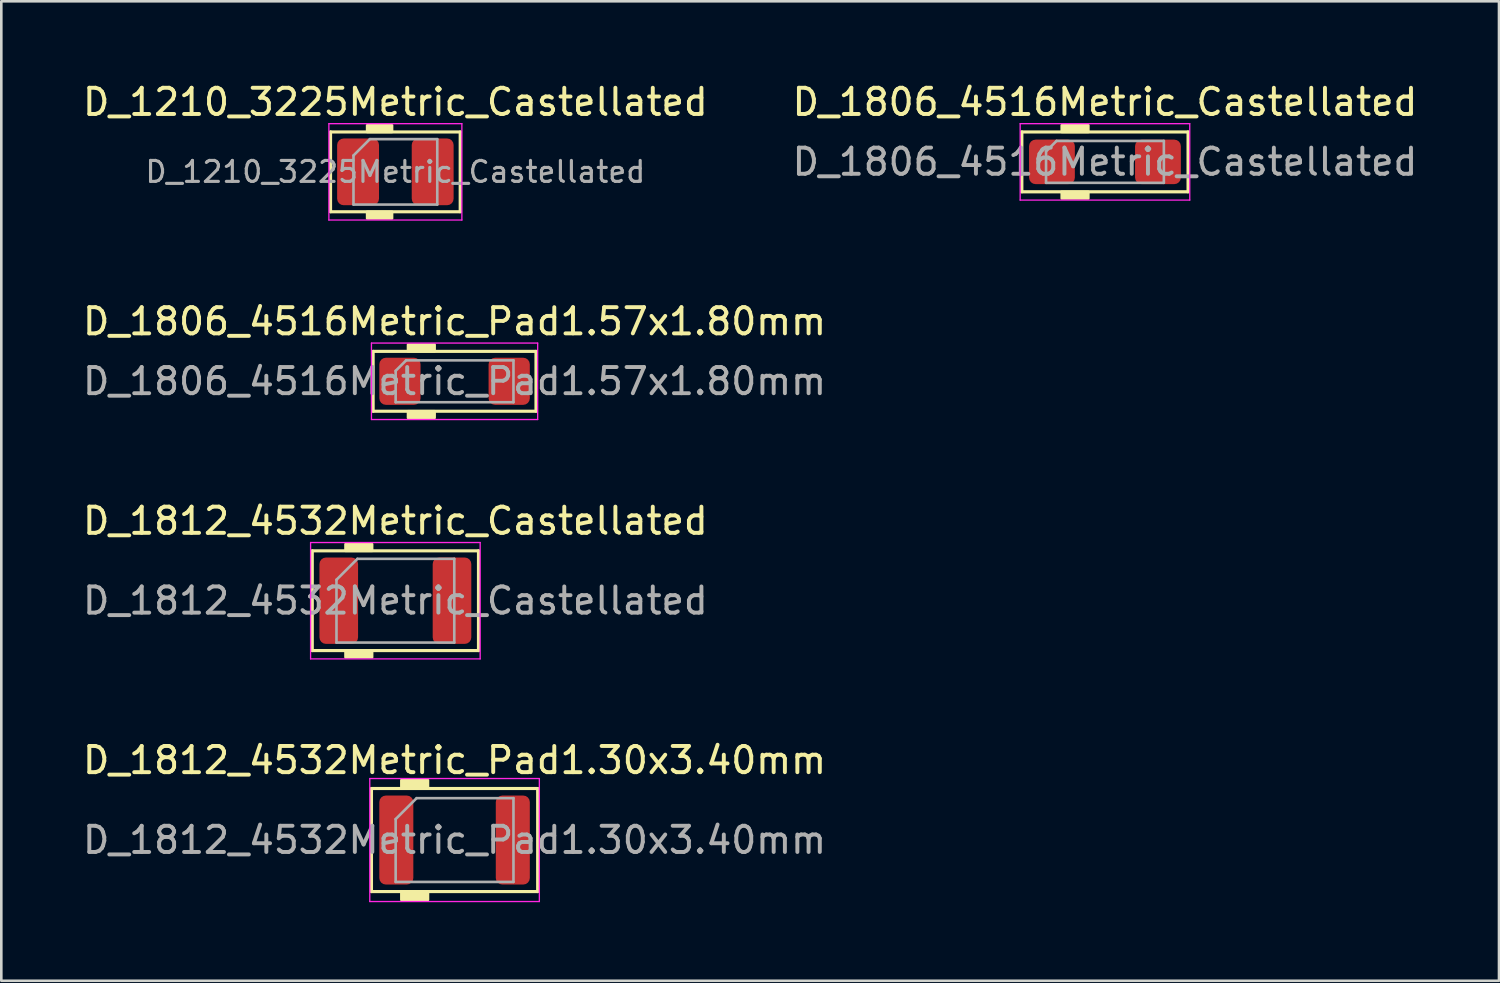
<source format=kicad_pcb>
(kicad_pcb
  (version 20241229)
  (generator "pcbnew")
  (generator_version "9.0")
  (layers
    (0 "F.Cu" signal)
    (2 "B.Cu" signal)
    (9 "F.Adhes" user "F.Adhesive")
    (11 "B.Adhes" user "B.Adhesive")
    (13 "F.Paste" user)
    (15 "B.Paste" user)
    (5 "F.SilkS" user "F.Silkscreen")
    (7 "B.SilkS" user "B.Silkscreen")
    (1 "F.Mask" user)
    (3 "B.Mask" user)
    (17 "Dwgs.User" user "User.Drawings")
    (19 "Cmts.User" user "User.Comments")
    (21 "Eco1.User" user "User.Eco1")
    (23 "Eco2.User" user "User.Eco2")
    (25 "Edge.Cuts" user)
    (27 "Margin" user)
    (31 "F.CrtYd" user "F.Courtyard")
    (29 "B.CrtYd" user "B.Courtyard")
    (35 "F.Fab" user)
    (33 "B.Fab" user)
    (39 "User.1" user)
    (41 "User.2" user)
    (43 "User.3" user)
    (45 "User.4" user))
  (footprint "D_1806_4516Metric_Pad1.57x1.80mm"
    (layer "F.Cu")
    (at 14.315 11.516)
    (property "Reference" "D_1806_4516Metric_Pad1.57x1.80mm" (at 0 -2.286 0) (layer "F.SilkS") (effects (font (size 1 1) (thickness 0.15))))
    (attr smd)
    (fp_line (start -3.111 -1.143) (end -3.111 1.143) (stroke (width 0.12) (type solid)) (layer "F.SilkS"))
    (fp_line (start -3.111 1.143) (end 3.111 1.143) (stroke (width 0.12) (type solid)) (layer "F.SilkS"))
    (fp_line (start 3.111 -1.143) (end -3.111 -1.143) (stroke (width 0.12) (type solid)) (layer "F.SilkS"))
    (fp_line (start 3.111 1.143) (end 3.111 -1.143) (stroke (width 0.12) (type solid)) (layer "F.SilkS"))
    (fp_poly (pts (xy -0.762 -1.143) (xy -1.778 -1.143) (xy -1.778 -1.397) (xy -0.762 -1.397)) (stroke (width 0.1) (type solid)) (fill yes) (layer "F.SilkS"))
    (fp_poly (pts (xy -0.762 1.397) (xy -1.778 1.397) (xy -1.778 1.143) (xy -0.762 1.143)) (stroke (width 0.1) (type solid)) (fill yes) (layer "F.SilkS"))
    (fp_line (start -3.175 -1.46) (end 3.175 -1.46) (stroke (width 0.05) (type solid)) (layer "F.CrtYd"))
    (fp_line (start -3.175 1.46) (end -3.175 -1.46) (stroke (width 0.05) (type solid)) (layer "F.CrtYd"))
    (fp_line (start 3.175 -1.46) (end 3.175 1.46) (stroke (width 0.05) (type solid)) (layer "F.CrtYd"))
    (fp_line (start 3.175 1.46) (end -3.175 1.46) (stroke (width 0.05) (type solid)) (layer "F.CrtYd"))
    (fp_line (start -2.25 -0.4) (end -2.25 0.8) (stroke (width 0.1) (type solid)) (layer "F.Fab"))
    (fp_line (start -2.25 0.8) (end 2.25 0.8) (stroke (width 0.1) (type solid)) (layer "F.Fab"))
    (fp_line (start -1.85 -0.8) (end -2.25 -0.4) (stroke (width 0.1) (type solid)) (layer "F.Fab"))
    (fp_line (start 2.25 -0.8) (end -1.85 -0.8) (stroke (width 0.1) (type solid)) (layer "F.Fab"))
    (fp_line (start 2.25 0.8) (end 2.25 -0.8) (stroke (width 0.1) (type solid)) (layer "F.Fab"))
    (fp_text user "${REFERENCE}" (at 0 0 0) (layer "F.Fab") (effects (font (size 1 1) (thickness 0.15))))
    (pad "1" smd roundrect (at -2.087 0) (size 1.575 1.8) (layers "F.Cu" "F.Mask" "F.Paste") (roundrect_rratio 0.159))
    (pad "2" smd roundrect (at 2.087 0) (size 1.575 1.8) (layers "F.Cu" "F.Mask" "F.Paste") (roundrect_rratio 0.159)))
  (footprint "D_1210_3225Metric_Castellated"
    (layer "F.Cu")
    (at 12.054 3.515)
    (property "Reference" "D_1210_3225Metric_Castellated" (at 0 -2.667 0) (layer "F.SilkS") (effects (font (size 1 1) (thickness 0.15))))
    (attr smd)
    (fp_line (start -2.477 -1.524) (end -2.477 1.524) (stroke (width 0.12) (type solid)) (layer "F.SilkS"))
    (fp_line (start -2.477 1.524) (end 2.477 1.524) (stroke (width 0.12) (type solid)) (layer "F.SilkS"))
    (fp_line (start 2.477 -1.524) (end -2.477 -1.524) (stroke (width 0.12) (type solid)) (layer "F.SilkS"))
    (fp_line (start 2.477 1.524) (end 2.477 -1.524) (stroke (width 0.12) (type solid)) (layer "F.SilkS"))
    (fp_poly (pts (xy -0.127 -1.524) (xy -1.079 -1.524) (xy -1.079 -1.778) (xy -0.127 -1.778)) (stroke (width 0.1) (type solid)) (fill yes) (layer "F.SilkS"))
    (fp_poly (pts (xy -0.127 1.778) (xy -1.079 1.778) (xy -1.079 1.524) (xy -0.127 1.524)) (stroke (width 0.1) (type solid)) (fill yes) (layer "F.SilkS"))
    (fp_line (start -2.54 -1.841) (end 2.54 -1.841) (stroke (width 0.05) (type solid)) (layer "F.CrtYd"))
    (fp_line (start -2.54 1.841) (end -2.54 -1.841) (stroke (width 0.05) (type solid)) (layer "F.CrtYd"))
    (fp_line (start 2.54 -1.841) (end 2.54 1.841) (stroke (width 0.05) (type solid)) (layer "F.CrtYd"))
    (fp_line (start 2.54 1.841) (end -2.54 1.841) (stroke (width 0.05) (type solid)) (layer "F.CrtYd"))
    (fp_line (start -1.6 -0.625) (end -1.6 1.25) (stroke (width 0.1) (type solid)) (layer "F.Fab"))
    (fp_line (start -1.6 1.25) (end 1.6 1.25) (stroke (width 0.1) (type solid)) (layer "F.Fab"))
    (fp_line (start -0.975 -1.25) (end -1.6 -0.625) (stroke (width 0.1) (type solid)) (layer "F.Fab"))
    (fp_line (start 1.6 -1.25) (end -0.975 -1.25) (stroke (width 0.1) (type solid)) (layer "F.Fab"))
    (fp_line (start 1.6 1.25) (end 1.6 -1.25) (stroke (width 0.1) (type solid)) (layer "F.Fab"))
    (fp_text user "${REFERENCE}" (at 0 0 0) (layer "F.Fab") (effects (font (size 0.8 0.8) (thickness 0.12))))
    (pad "1" smd roundrect (at -1.425 0) (size 1.6 2.55) (layers "F.Cu" "F.Mask" "F.Paste") (roundrect_rratio 0.156))
    (pad "2" smd roundrect (at 1.425 0) (size 1.6 2.55) (layers "F.Cu" "F.Mask" "F.Paste") (roundrect_rratio 0.156)))
  (footprint "D_1806_4516Metric_Castellated"
    (layer "F.Cu")
    (at 39.161 3.134)
    (property "Reference" "D_1806_4516Metric_Castellated" (at 0 -2.286 0) (layer "F.SilkS") (effects (font (size 1 1) (thickness 0.15))))
    (attr smd)
    (fp_line (start -3.175 -1.143) (end 3.175 -1.143) (stroke (width 0.12) (type solid)) (layer "F.SilkS"))
    (fp_line (start -3.175 1.143) (end -3.175 -1.143) (stroke (width 0.12) (type solid)) (layer "F.SilkS"))
    (fp_line (start 3.175 -1.143) (end 3.175 1.143) (stroke (width 0.12) (type solid)) (layer "F.SilkS"))
    (fp_line (start 3.175 1.143) (end -3.175 1.143) (stroke (width 0.12) (type solid)) (layer "F.SilkS"))
    (fp_poly (pts (xy -0.635 -1.143) (xy -1.651 -1.143) (xy -1.651 -1.397) (xy -0.635 -1.397)) (stroke (width 0.1) (type solid)) (fill yes) (layer "F.SilkS"))
    (fp_poly (pts (xy -0.635 1.397) (xy -1.651 1.397) (xy -1.651 1.143) (xy -0.635 1.143)) (stroke (width 0.1) (type solid)) (fill yes) (layer "F.SilkS"))
    (fp_line (start -3.239 -1.46) (end 3.239 -1.46) (stroke (width 0.05) (type solid)) (layer "F.CrtYd"))
    (fp_line (start -3.239 1.46) (end -3.239 -1.46) (stroke (width 0.05) (type solid)) (layer "F.CrtYd"))
    (fp_line (start 3.239 -1.46) (end 3.239 1.46) (stroke (width 0.05) (type solid)) (layer "F.CrtYd"))
    (fp_line (start 3.239 1.46) (end -3.239 1.46) (stroke (width 0.05) (type solid)) (layer "F.CrtYd"))
    (fp_line (start -2.25 -0.4) (end -2.25 0.8) (stroke (width 0.1) (type solid)) (layer "F.Fab"))
    (fp_line (start -2.25 0.8) (end 2.25 0.8) (stroke (width 0.1) (type solid)) (layer "F.Fab"))
    (fp_line (start -1.85 -0.8) (end -2.25 -0.4) (stroke (width 0.1) (type solid)) (layer "F.Fab"))
    (fp_line (start 2.25 -0.8) (end -1.85 -0.8) (stroke (width 0.1) (type solid)) (layer "F.Fab"))
    (fp_line (start 2.25 0.8) (end 2.25 -0.8) (stroke (width 0.1) (type solid)) (layer "F.Fab"))
    (fp_text user "${REFERENCE}" (at 0 0 0) (layer "F.Fab") (effects (font (size 1 1) (thickness 0.15))))
    (pad "1" smd roundrect (at -2.025 0) (size 1.75 1.7) (layers "F.Cu" "F.Mask" "F.Paste") (roundrect_rratio 0.147))
    (pad "2" smd roundrect (at 2.025 0) (size 1.75 1.7) (layers "F.Cu" "F.Mask" "F.Paste") (roundrect_rratio 0.147)))
  (footprint "D_1812_4532Metric_Castellated"
    (layer "F.Cu")
    (at 12.054 19.898)
    (property "Reference" "D_1812_4532Metric_Castellated" (at 0 -3.048 0) (layer "F.SilkS") (effects (font (size 1 1) (thickness 0.15))))
    (attr smd)
    (fp_line (start -3.175 -1.905) (end 3.175 -1.905) (stroke (width 0.12) (type solid)) (layer "F.SilkS"))
    (fp_line (start -3.175 1.905) (end -3.175 -1.905) (stroke (width 0.12) (type solid)) (layer "F.SilkS"))
    (fp_line (start 3.175 -1.905) (end 3.175 1.905) (stroke (width 0.12) (type solid)) (layer "F.SilkS"))
    (fp_line (start 3.175 1.905) (end -3.175 1.905) (stroke (width 0.12) (type solid)) (layer "F.SilkS"))
    (fp_poly (pts (xy -0.889 -1.905) (xy -1.905 -1.905) (xy -1.905 -2.159) (xy -0.889 -2.159)) (stroke (width 0.1) (type solid)) (fill yes) (layer "F.SilkS"))
    (fp_poly (pts (xy -0.889 2.159) (xy -1.905 2.159) (xy -1.905 1.905) (xy -0.889 1.905)) (stroke (width 0.1) (type solid)) (fill yes) (layer "F.SilkS"))
    (fp_line (start -3.239 -2.223) (end 3.239 -2.223) (stroke (width 0.05) (type solid)) (layer "F.CrtYd"))
    (fp_line (start -3.239 2.223) (end -3.239 -2.223) (stroke (width 0.05) (type solid)) (layer "F.CrtYd"))
    (fp_line (start 3.239 -2.223) (end 3.239 2.223) (stroke (width 0.05) (type solid)) (layer "F.CrtYd"))
    (fp_line (start 3.239 2.223) (end -3.239 2.223) (stroke (width 0.05) (type solid)) (layer "F.CrtYd"))
    (fp_line (start -2.25 -0.8) (end -2.25 1.6) (stroke (width 0.1) (type solid)) (layer "F.Fab"))
    (fp_line (start -2.25 1.6) (end 2.25 1.6) (stroke (width 0.1) (type solid)) (layer "F.Fab"))
    (fp_line (start -1.45 -1.6) (end -2.25 -0.8) (stroke (width 0.1) (type solid)) (layer "F.Fab"))
    (fp_line (start 2.25 -1.6) (end -1.45 -1.6) (stroke (width 0.1) (type solid)) (layer "F.Fab"))
    (fp_line (start 2.25 1.6) (end 2.25 -1.6) (stroke (width 0.1) (type solid)) (layer "F.Fab"))
    (fp_text user "${REFERENCE}" (at 0 0 0) (layer "F.Fab") (effects (font (size 1 1) (thickness 0.15))))
    (pad "1" smd roundrect (at -2.163 0) (size 1.475 3.3) (layers "F.Cu" "F.Mask" "F.Paste") (roundrect_rratio 0.169))
    (pad "2" smd roundrect (at 2.163 0) (size 1.475 3.3) (layers "F.Cu" "F.Mask" "F.Paste") (roundrect_rratio 0.169)))
  (footprint "D_1812_4532Metric_Pad1.30x3.40mm"
    (layer "F.Cu")
    (at 14.315 29.041)
    (property "Reference" "D_1812_4532Metric_Pad1.30x3.40mm" (at 0 -3.048 0) (layer "F.SilkS") (effects (font (size 1 1) (thickness 0.15))))
    (attr smd)
    (fp_line (start -3.175 -1.968) (end -3.175 1.968) (stroke (width 0.12) (type solid)) (layer "F.SilkS"))
    (fp_line (start -3.175 1.968) (end 3.175 1.968) (stroke (width 0.12) (type solid)) (layer "F.SilkS"))
    (fp_line (start 3.175 -1.968) (end -3.175 -1.968) (stroke (width 0.12) (type solid)) (layer "F.SilkS"))
    (fp_line (start 3.175 1.968) (end 3.175 -1.968) (stroke (width 0.12) (type solid)) (layer "F.SilkS"))
    (fp_poly (pts (xy -1.016 -1.968) (xy -2.032 -1.968) (xy -2.032 -2.286) (xy -1.016 -2.286)) (stroke (width 0.1) (type solid)) (fill yes) (layer "F.SilkS"))
    (fp_poly (pts (xy -1.016 2.286) (xy -2.032 2.286) (xy -2.032 1.968) (xy -1.016 1.968)) (stroke (width 0.1) (type solid)) (fill yes) (layer "F.SilkS"))
    (fp_line (start -3.239 -2.349) (end 3.239 -2.349) (stroke (width 0.05) (type solid)) (layer "F.CrtYd"))
    (fp_line (start -3.239 2.349) (end -3.239 -2.349) (stroke (width 0.05) (type solid)) (layer "F.CrtYd"))
    (fp_line (start 3.239 -2.349) (end 3.239 2.349) (stroke (width 0.05) (type solid)) (layer "F.CrtYd"))
    (fp_line (start 3.239 2.349) (end -3.239 2.349) (stroke (width 0.05) (type solid)) (layer "F.CrtYd"))
    (fp_line (start -2.25 -0.8) (end -2.25 1.6) (stroke (width 0.1) (type solid)) (layer "F.Fab"))
    (fp_line (start -2.25 1.6) (end 2.25 1.6) (stroke (width 0.1) (type solid)) (layer "F.Fab"))
    (fp_line (start -1.45 -1.6) (end -2.25 -0.8) (stroke (width 0.1) (type solid)) (layer "F.Fab"))
    (fp_line (start 2.25 -1.6) (end -1.45 -1.6) (stroke (width 0.1) (type solid)) (layer "F.Fab"))
    (fp_line (start 2.25 1.6) (end 2.25 -1.6) (stroke (width 0.1) (type solid)) (layer "F.Fab"))
    (fp_text user "${REFERENCE}" (at 0 0 0) (layer "F.Fab") (effects (font (size 1 1) (thickness 0.15))))
    (pad "1" smd roundrect (at -2.225 0) (size 1.3 3.4) (layers "F.Cu" "F.Mask" "F.Paste") (roundrect_rratio 0.192))
    (pad "2" smd roundrect (at 2.225 0) (size 1.3 3.4) (layers "F.Cu" "F.Mask" "F.Paste") (roundrect_rratio 0.192)))
  (gr_rect
    (start -3 -3)
    (end 54.214 34.416)
    (stroke (width 0.1) (type default))
    (fill no)
    (layer "Edge.Cuts")))
</source>
